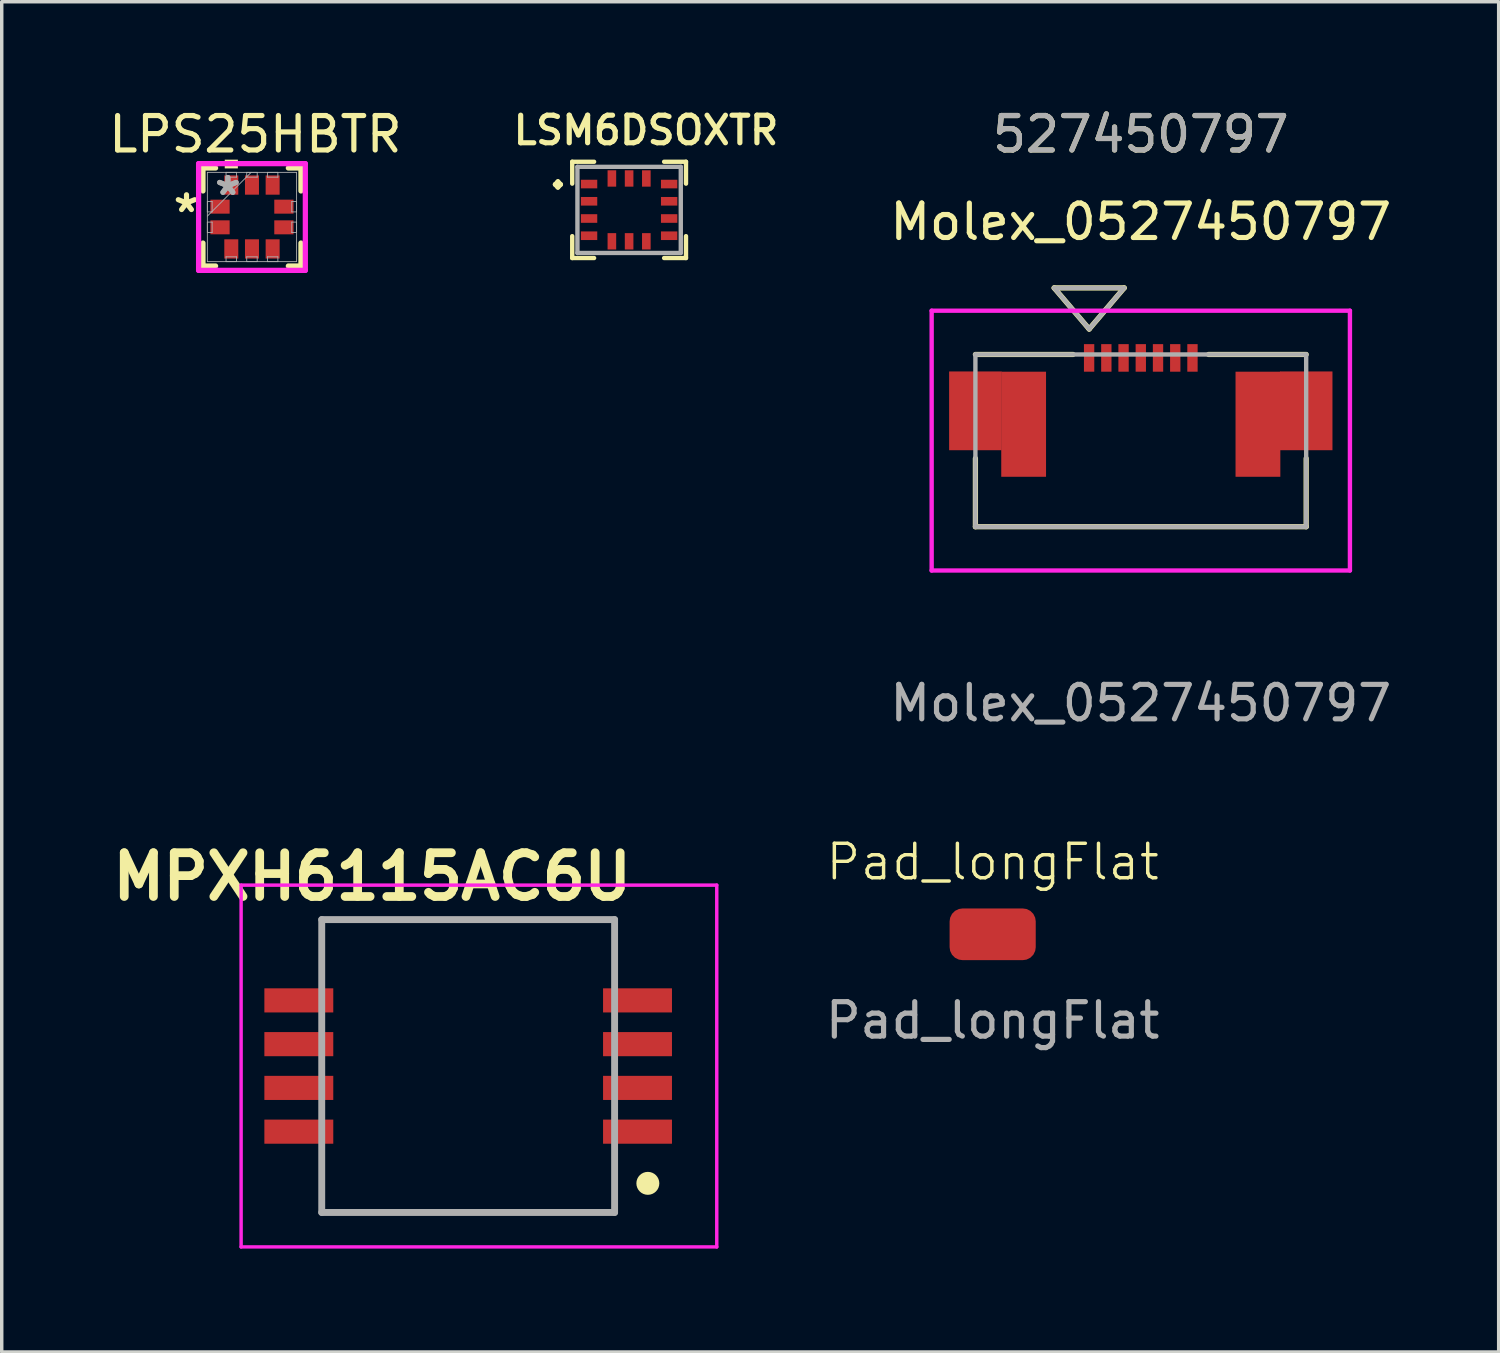
<source format=kicad_pcb>
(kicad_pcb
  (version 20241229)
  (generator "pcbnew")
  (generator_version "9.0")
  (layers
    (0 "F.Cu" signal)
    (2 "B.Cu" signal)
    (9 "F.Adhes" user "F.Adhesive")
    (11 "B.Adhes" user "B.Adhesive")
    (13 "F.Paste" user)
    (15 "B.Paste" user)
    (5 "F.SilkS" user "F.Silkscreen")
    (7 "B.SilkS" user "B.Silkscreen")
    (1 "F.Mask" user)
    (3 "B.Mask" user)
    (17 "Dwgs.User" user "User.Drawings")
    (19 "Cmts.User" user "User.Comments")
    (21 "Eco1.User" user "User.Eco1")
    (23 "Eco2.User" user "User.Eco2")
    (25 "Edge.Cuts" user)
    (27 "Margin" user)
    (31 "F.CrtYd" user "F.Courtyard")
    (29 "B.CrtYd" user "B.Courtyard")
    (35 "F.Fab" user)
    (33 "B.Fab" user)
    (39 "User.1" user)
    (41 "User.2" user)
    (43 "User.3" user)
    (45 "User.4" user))
  (footprint "Molex_0527450797"
    (layer "F.Cu")
    (at 30.06 9.738)
    (property "Reference" "Molex_0527450797" (at 0 -6.35 0) (unlocked yes) (layer "F.SilkS") (effects (font (size 1 1) (thickness 0.15))))
    (attr smd)
    (fp_line (start -4.8 0.517) (end -4.8 2.5) (stroke (width 0.152) (type solid)) (layer "F.SilkS"))
    (fp_line (start -4.8 2.5) (end 4.8 2.5) (stroke (width 0.152) (type solid)) (layer "F.SilkS"))
    (fp_line (start -2.514 -4.432) (end -1.498 -3.238) (stroke (width 0.152) (type solid)) (layer "F.SilkS"))
    (fp_line (start -2.514 -4.432) (end -0.482 -4.432) (stroke (width 0.152) (type solid)) (layer "F.SilkS"))
    (fp_line (start -1.967 -2.5) (end -4.8 -2.5) (stroke (width 0.152) (type solid)) (layer "F.SilkS"))
    (fp_line (start -0.482 -4.432) (end -1.498 -3.238) (stroke (width 0.152) (type solid)) (layer "F.SilkS"))
    (fp_line (start 4.8 -2.5) (end 1.968 -2.5) (stroke (width 0.152) (type solid)) (layer "F.SilkS"))
    (fp_line (start 4.8 2.5) (end 4.8 0.517) (stroke (width 0.152) (type solid)) (layer "F.SilkS"))
    (fp_line (start -6.07 -3.77) (end -6.07 3.77) (stroke (width 0.127) (type solid)) (layer "F.CrtYd"))
    (fp_line (start -6.07 3.77) (end 6.07 3.77) (stroke (width 0.127) (type solid)) (layer "F.CrtYd"))
    (fp_line (start 6.07 -3.77) (end -6.07 -3.77) (stroke (width 0.127) (type solid)) (layer "F.CrtYd"))
    (fp_line (start 6.07 3.77) (end 6.07 -3.77) (stroke (width 0.127) (type solid)) (layer "F.CrtYd"))
    (fp_line (start -4.8 -2.5) (end -4.8 2.5) (stroke (width 0.127) (type solid)) (layer "F.Fab"))
    (fp_line (start -4.8 2.5) (end 4.8 2.5) (stroke (width 0.127) (type solid)) (layer "F.Fab"))
    (fp_line (start -2.514 -4.432) (end -1.498 -3.238) (stroke (width 0.127) (type solid)) (layer "F.Fab"))
    (fp_line (start -2.514 -4.432) (end -0.482 -4.432) (stroke (width 0.127) (type solid)) (layer "F.Fab"))
    (fp_line (start -0.482 -4.432) (end -1.498 -3.238) (stroke (width 0.127) (type solid)) (layer "F.Fab"))
    (fp_line (start 4.8 -2.5) (end -4.8 -2.5) (stroke (width 0.127) (type solid)) (layer "F.Fab"))
    (fp_line (start 4.8 2.5) (end 4.8 -2.5) (stroke (width 0.127) (type solid)) (layer "F.Fab"))
    (fp_text user "527450797" (at 0 -8.89 0) (unlocked yes) (layer "F.SilkS") (effects (font (size 1 1) (thickness 0.15))))
    (fp_text user "527450797" (at 0 -8.89 0) (unlocked yes) (layer "F.Fab") (effects (font (size 1 1) (thickness 0.15))))
    (fp_text user "${REFERENCE}" (at 0 7.62 0) (unlocked yes) (layer "F.Fab") (effects (font (size 1 1) (thickness 0.15))))
    (pad "1" smd rect (at -1.5 -2.4) (size 0.3 0.8) (layers "F.Cu" "F.Mask" "F.Paste"))
    (pad "2" smd rect (at -1 -2.4) (size 0.3 0.8) (layers "F.Cu" "F.Mask" "F.Paste"))
    (pad "3" smd rect (at -0.5 -2.4) (size 0.3 0.8) (layers "F.Cu" "F.Mask" "F.Paste"))
    (pad "4" smd rect (at 0.000003 -2.4) (size 0.3 0.8) (layers "F.Cu" "F.Mask" "F.Paste"))
    (pad "5" smd rect (at 0.5 -2.4) (size 0.3 0.8) (layers "F.Cu" "F.Mask" "F.Paste"))
    (pad "6" smd rect (at 1 -2.4) (size 0.3 0.8) (layers "F.Cu" "F.Mask" "F.Paste"))
    (pad "7" smd rect (at 1.5 -2.4) (size 0.3 0.8) (layers "F.Cu" "F.Mask" "F.Paste"))
    (pad "P1" smd rect (at -4.801 -0.864 90) (size 2.286 1.524) (layers "F.Cu" "F.Mask" "F.Paste"))
    (pad "P1" smd rect (at -3.4 -0.475) (size 1.3 3.05) (layers "F.Cu" "F.Mask" "F.Paste"))
    (pad "P2" smd rect (at 3.4 -0.475) (size 1.3 3.05) (layers "F.Cu" "F.Mask" "F.Paste"))
    (pad "P2" smd rect (at 4.801 -0.864 90) (size 2.286 1.524) (layers "F.Cu" "F.Mask" "F.Paste")))
  (footprint "LPS25HBTR"
    (layer "F.Cu")
    (at 4.263 3.248)
    (property "Reference" "LPS25HBTR" (at 0.1 -2.4 0) (unlocked yes) (layer "F.SilkS") (effects (font (size 1 1) (thickness 0.15))))
    (attr smd)
    (fp_line (start -1.422 -1.422) (end -1.422 -0.756) (stroke (width 0.152) (type solid)) (layer "F.SilkS"))
    (fp_line (start -1.422 0.756) (end -1.422 1.422) (stroke (width 0.152) (type solid)) (layer "F.SilkS"))
    (fp_line (start -1.422 1.422) (end -1.056 1.422) (stroke (width 0.152) (type solid)) (layer "F.SilkS"))
    (fp_line (start -1.056 -1.422) (end -1.422 -1.422) (stroke (width 0.152) (type solid)) (layer "F.SilkS"))
    (fp_line (start 1.056 1.422) (end 1.422 1.422) (stroke (width 0.152) (type solid)) (layer "F.SilkS"))
    (fp_line (start 1.422 -1.422) (end 1.056 -1.422) (stroke (width 0.152) (type solid)) (layer "F.SilkS"))
    (fp_line (start 1.422 -0.756) (end 1.422 -1.422) (stroke (width 0.152) (type solid)) (layer "F.SilkS"))
    (fp_line (start 1.422 1.422) (end 1.422 0.756) (stroke (width 0.152) (type solid)) (layer "F.SilkS"))
    (fp_poly (pts (xy -0.79 -1.41) (xy -0.79 -1.664) (xy -0.409 -1.664) (xy -0.409 -1.41)) (stroke (width 0) (type solid)) (fill yes) (layer "F.SilkS"))
    (fp_line (start -1.549 -1.549) (end -1.006 -1.549) (stroke (width 0.152) (type solid)) (layer "F.CrtYd"))
    (fp_line (start -1.549 -0.706) (end -1.549 -1.549) (stroke (width 0.152) (type solid)) (layer "F.CrtYd"))
    (fp_line (start -1.549 -0.706) (end -1.549 -0.706) (stroke (width 0.152) (type solid)) (layer "F.CrtYd"))
    (fp_line (start -1.549 0.706) (end -1.549 -0.706) (stroke (width 0.152) (type solid)) (layer "F.CrtYd"))
    (fp_line (start -1.549 0.706) (end -1.549 0.706) (stroke (width 0.152) (type solid)) (layer "F.CrtYd"))
    (fp_line (start -1.549 1.549) (end -1.549 0.706) (stroke (width 0.152) (type solid)) (layer "F.CrtYd"))
    (fp_line (start -1.006 -1.549) (end -1.006 -1.549) (stroke (width 0.152) (type solid)) (layer "F.CrtYd"))
    (fp_line (start -1.006 -1.549) (end 1.006 -1.549) (stroke (width 0.152) (type solid)) (layer "F.CrtYd"))
    (fp_line (start -1.006 1.549) (end -1.549 1.549) (stroke (width 0.152) (type solid)) (layer "F.CrtYd"))
    (fp_line (start -1.006 1.549) (end -1.006 1.549) (stroke (width 0.152) (type solid)) (layer "F.CrtYd"))
    (fp_line (start 1.006 -1.549) (end 1.006 -1.549) (stroke (width 0.152) (type solid)) (layer "F.CrtYd"))
    (fp_line (start 1.006 -1.549) (end 1.549 -1.549) (stroke (width 0.152) (type solid)) (layer "F.CrtYd"))
    (fp_line (start 1.006 1.549) (end -1.006 1.549) (stroke (width 0.152) (type solid)) (layer "F.CrtYd"))
    (fp_line (start 1.006 1.549) (end 1.006 1.549) (stroke (width 0.152) (type solid)) (layer "F.CrtYd"))
    (fp_line (start 1.549 -1.549) (end 1.549 -0.706) (stroke (width 0.152) (type solid)) (layer "F.CrtYd"))
    (fp_line (start 1.549 -0.706) (end 1.549 -0.706) (stroke (width 0.152) (type solid)) (layer "F.CrtYd"))
    (fp_line (start 1.549 -0.706) (end 1.549 0.706) (stroke (width 0.152) (type solid)) (layer "F.CrtYd"))
    (fp_line (start 1.549 0.706) (end 1.549 0.706) (stroke (width 0.152) (type solid)) (layer "F.CrtYd"))
    (fp_line (start 1.549 0.706) (end 1.549 1.549) (stroke (width 0.152) (type solid)) (layer "F.CrtYd"))
    (fp_line (start 1.549 1.549) (end 1.006 1.549) (stroke (width 0.152) (type solid)) (layer "F.CrtYd"))
    (fp_line (start -1.295 -1.295) (end -1.295 -1.295) (stroke (width 0.025) (type solid)) (layer "F.Fab"))
    (fp_line (start -1.295 -1.295) (end -1.295 1.295) (stroke (width 0.025) (type solid)) (layer "F.Fab"))
    (fp_line (start -1.295 -0.452) (end -1.156 -0.452) (stroke (width 0.025) (type solid)) (layer "F.Fab"))
    (fp_line (start -1.295 -0.148) (end -1.295 -0.452) (stroke (width 0.025) (type solid)) (layer "F.Fab"))
    (fp_line (start -1.295 -0.025) (end -0.025 -1.295) (stroke (width 0.025) (type solid)) (layer "F.Fab"))
    (fp_line (start -1.295 0.148) (end -1.156 0.148) (stroke (width 0.025) (type solid)) (layer "F.Fab"))
    (fp_line (start -1.295 0.452) (end -1.295 0.148) (stroke (width 0.025) (type solid)) (layer "F.Fab"))
    (fp_line (start -1.295 1.295) (end -1.295 1.295) (stroke (width 0.025) (type solid)) (layer "F.Fab"))
    (fp_line (start -1.295 1.295) (end 1.295 1.295) (stroke (width 0.025) (type solid)) (layer "F.Fab"))
    (fp_line (start -1.156 -0.452) (end -1.156 -0.148) (stroke (width 0.025) (type solid)) (layer "F.Fab"))
    (fp_line (start -1.156 -0.148) (end -1.295 -0.148) (stroke (width 0.025) (type solid)) (layer "F.Fab"))
    (fp_line (start -1.156 0.148) (end -1.156 0.452) (stroke (width 0.025) (type solid)) (layer "F.Fab"))
    (fp_line (start -1.156 0.452) (end -1.295 0.452) (stroke (width 0.025) (type solid)) (layer "F.Fab"))
    (fp_line (start -0.752 -1.295) (end -0.448 -1.295) (stroke (width 0.025) (type solid)) (layer "F.Fab"))
    (fp_line (start -0.752 -1.156) (end -0.752 -1.295) (stroke (width 0.025) (type solid)) (layer "F.Fab"))
    (fp_line (start -0.752 1.156) (end -0.448 1.156) (stroke (width 0.025) (type solid)) (layer "F.Fab"))
    (fp_line (start -0.752 1.295) (end -0.752 1.156) (stroke (width 0.025) (type solid)) (layer "F.Fab"))
    (fp_line (start -0.448 -1.295) (end -0.448 -1.156) (stroke (width 0.025) (type solid)) (layer "F.Fab"))
    (fp_line (start -0.448 -1.156) (end -0.752 -1.156) (stroke (width 0.025) (type solid)) (layer "F.Fab"))
    (fp_line (start -0.448 1.156) (end -0.448 1.295) (stroke (width 0.025) (type solid)) (layer "F.Fab"))
    (fp_line (start -0.448 1.295) (end -0.752 1.295) (stroke (width 0.025) (type solid)) (layer "F.Fab"))
    (fp_line (start -0.152 -1.295) (end 0.152 -1.295) (stroke (width 0.025) (type solid)) (layer "F.Fab"))
    (fp_line (start -0.152 -1.156) (end -0.152 -1.295) (stroke (width 0.025) (type solid)) (layer "F.Fab"))
    (fp_line (start -0.152 1.156) (end 0.152 1.156) (stroke (width 0.025) (type solid)) (layer "F.Fab"))
    (fp_line (start -0.152 1.295) (end -0.152 1.156) (stroke (width 0.025) (type solid)) (layer "F.Fab"))
    (fp_line (start 0.152 -1.295) (end 0.152 -1.156) (stroke (width 0.025) (type solid)) (layer "F.Fab"))
    (fp_line (start 0.152 -1.156) (end -0.152 -1.156) (stroke (width 0.025) (type solid)) (layer "F.Fab"))
    (fp_line (start 0.152 1.156) (end 0.152 1.295) (stroke (width 0.025) (type solid)) (layer "F.Fab"))
    (fp_line (start 0.152 1.295) (end -0.152 1.295) (stroke (width 0.025) (type solid)) (layer "F.Fab"))
    (fp_line (start 0.448 -1.295) (end 0.752 -1.295) (stroke (width 0.025) (type solid)) (layer "F.Fab"))
    (fp_line (start 0.448 -1.156) (end 0.448 -1.295) (stroke (width 0.025) (type solid)) (layer "F.Fab"))
    (fp_line (start 0.448 1.156) (end 0.752 1.156) (stroke (width 0.025) (type solid)) (layer "F.Fab"))
    (fp_line (start 0.448 1.295) (end 0.448 1.156) (stroke (width 0.025) (type solid)) (layer "F.Fab"))
    (fp_line (start 0.752 -1.295) (end 0.752 -1.156) (stroke (width 0.025) (type solid)) (layer "F.Fab"))
    (fp_line (start 0.752 -1.156) (end 0.448 -1.156) (stroke (width 0.025) (type solid)) (layer "F.Fab"))
    (fp_line (start 0.752 1.156) (end 0.752 1.295) (stroke (width 0.025) (type solid)) (layer "F.Fab"))
    (fp_line (start 0.752 1.295) (end 0.448 1.295) (stroke (width 0.025) (type solid)) (layer "F.Fab"))
    (fp_line (start 1.156 -0.452) (end 1.295 -0.452) (stroke (width 0.025) (type solid)) (layer "F.Fab"))
    (fp_line (start 1.156 -0.148) (end 1.156 -0.452) (stroke (width 0.025) (type solid)) (layer "F.Fab"))
    (fp_line (start 1.156 0.148) (end 1.295 0.148) (stroke (width 0.025) (type solid)) (layer "F.Fab"))
    (fp_line (start 1.156 0.452) (end 1.156 0.148) (stroke (width 0.025) (type solid)) (layer "F.Fab"))
    (fp_line (start 1.295 -1.295) (end -1.295 -1.295) (stroke (width 0.025) (type solid)) (layer "F.Fab"))
    (fp_line (start 1.295 -1.295) (end 1.295 -1.295) (stroke (width 0.025) (type solid)) (layer "F.Fab"))
    (fp_line (start 1.295 -0.452) (end 1.295 -0.148) (stroke (width 0.025) (type solid)) (layer "F.Fab"))
    (fp_line (start 1.295 -0.148) (end 1.156 -0.148) (stroke (width 0.025) (type solid)) (layer "F.Fab"))
    (fp_line (start 1.295 0.148) (end 1.295 0.452) (stroke (width 0.025) (type solid)) (layer "F.Fab"))
    (fp_line (start 1.295 0.452) (end 1.156 0.452) (stroke (width 0.025) (type solid)) (layer "F.Fab"))
    (fp_line (start 1.295 1.295) (end 1.295 -1.295) (stroke (width 0.025) (type solid)) (layer "F.Fab"))
    (fp_line (start 1.295 1.295) (end 1.295 1.295) (stroke (width 0.025) (type solid)) (layer "F.Fab"))
    (fp_text user "*" (at -1.9 -0.1 0) (layer "F.SilkS") (effects (font (size 1 1) (thickness 0.15))))
    (fp_text user "*" (at -0.699 -0.6 0) (unlocked yes) (layer "F.Fab") (effects (font (size 1 1) (thickness 0.15))))
    (fp_text user "*" (at -0.699 -0.6 0) (layer "F.Fab") (effects (font (size 1 1) (thickness 0.15))))
    (pad "1" smd rect (at -0.927 -0.3 90) (size 0.406 0.559) (layers "F.Cu" "F.Mask" "F.Paste"))
    (pad "2" smd rect (at -0.927 0.3 90) (size 0.406 0.559) (layers "F.Cu" "F.Mask" "F.Paste"))
    (pad "3" smd rect (at -0.6 0.927) (size 0.406 0.559) (layers "F.Cu" "F.Mask" "F.Paste"))
    (pad "4" smd rect (at 0 0.927) (size 0.406 0.559) (layers "F.Cu" "F.Mask" "F.Paste"))
    (pad "5" smd rect (at 0.6 0.927) (size 0.406 0.559) (layers "F.Cu" "F.Mask" "F.Paste"))
    (pad "6" smd rect (at 0.927 0.3 90) (size 0.406 0.559) (layers "F.Cu" "F.Mask" "F.Paste"))
    (pad "7" smd rect (at 0.927 -0.3 90) (size 0.406 0.559) (layers "F.Cu" "F.Mask" "F.Paste"))
    (pad "8" smd rect (at 0.6 -0.927) (size 0.406 0.559) (layers "F.Cu" "F.Mask" "F.Paste"))
    (pad "9" smd rect (at 0 -0.927) (size 0.406 0.559) (layers "F.Cu" "F.Mask" "F.Paste"))
    (pad "10" smd rect (at -0.6 -0.927) (size 0.406 0.559) (layers "F.Cu" "F.Mask" "F.Paste")))
  (footprint "LSM6DSOXTR"
    (layer "F.Cu")
    (at 15.21 3.039)
    (property "Reference" "LSM6DSOXTR" (at 0.49 -2.308 0) (layer "F.SilkS") (effects (font (size 0.8 0.8) (thickness 0.15))))
    (attr smd)
    (fp_line (start -1.652 -1.394) (end -1.652 -0.759) (stroke (width 0.127) (type solid)) (layer "F.SilkS"))
    (fp_line (start -1.652 0.765) (end -1.652 1.4) (stroke (width 0.127) (type solid)) (layer "F.SilkS"))
    (fp_line (start -1.652 1.4) (end -1.017 1.4) (stroke (width 0.127) (type solid)) (layer "F.SilkS"))
    (fp_line (start -1.017 -1.394) (end -1.652 -1.394) (stroke (width 0.127) (type solid)) (layer "F.SilkS"))
    (fp_line (start 1.015 -1.394) (end 1.65 -1.394) (stroke (width 0.127) (type solid)) (layer "F.SilkS"))
    (fp_line (start 1.015 1.4) (end 1.65 1.4) (stroke (width 0.127) (type solid)) (layer "F.SilkS"))
    (fp_line (start 1.65 -1.394) (end 1.65 -0.759) (stroke (width 0.127) (type solid)) (layer "F.SilkS"))
    (fp_line (start 1.65 1.4) (end 1.65 0.765) (stroke (width 0.127) (type solid)) (layer "F.SilkS"))
    (fp_line (start -1.501 -1.247) (end 1.499 -1.247) (stroke (width 0.127) (type solid)) (layer "F.Fab"))
    (fp_line (start -1.501 1.253) (end -1.501 -1.247) (stroke (width 0.127) (type solid)) (layer "F.Fab"))
    (fp_line (start 1.499 -1.247) (end 1.499 1.253) (stroke (width 0.127) (type solid)) (layer "F.Fab"))
    (fp_line (start 1.499 1.253) (end -1.501 1.253) (stroke (width 0.127) (type solid)) (layer "F.Fab"))
    (fp_text user "." (at -2.55 -0.45 0) (layer "F.SilkS") (effects (font (size 1.636 1.636) (thickness 0.142)) (justify left bottom)))
    (pad "1" smd rect (at -1.163 -0.747) (size 0.475 0.25) (layers "F.Cu" "F.Mask" "F.Paste"))
    (pad "2" smd rect (at -1.163 -0.247) (size 0.475 0.25) (layers "F.Cu" "F.Mask" "F.Paste"))
    (pad "3" smd rect (at -1.163 0.253) (size 0.475 0.25) (layers "F.Cu" "F.Mask" "F.Paste"))
    (pad "4" smd rect (at -1.163 0.753) (size 0.475 0.25) (layers "F.Cu" "F.Mask" "F.Paste"))
    (pad "5" smd rect (at -0.501 0.915 90) (size 0.475 0.25) (layers "F.Cu" "F.Mask" "F.Paste"))
    (pad "6" smd rect (at -0.001 0.915 90) (size 0.475 0.25) (layers "F.Cu" "F.Mask" "F.Paste"))
    (pad "7" smd rect (at 0.499 0.915 90) (size 0.475 0.25) (layers "F.Cu" "F.Mask" "F.Paste"))
    (pad "8" smd rect (at 1.161 0.753 180) (size 0.475 0.25) (layers "F.Cu" "F.Mask" "F.Paste"))
    (pad "9" smd rect (at 1.161 0.253 180) (size 0.475 0.25) (layers "F.Cu" "F.Mask" "F.Paste"))
    (pad "10" smd rect (at 1.161 -0.247 180) (size 0.475 0.25) (layers "F.Cu" "F.Mask" "F.Paste"))
    (pad "11" smd rect (at 1.161 -0.747 180) (size 0.475 0.25) (layers "F.Cu" "F.Mask" "F.Paste"))
    (pad "12" smd rect (at 0.499 -0.909 270) (size 0.475 0.25) (layers "F.Cu" "F.Mask" "F.Paste"))
    (pad "13" smd rect (at -0.001 -0.909 270) (size 0.475 0.25) (layers "F.Cu" "F.Mask" "F.Paste"))
    (pad "14" smd rect (at -0.501 -0.909 270) (size 0.475 0.25) (layers "F.Cu" "F.Mask" "F.Paste")))
  (footprint "Pad_longFlat"
    (layer "F.Cu")
    (at 25.761 24.067)
    (property "Reference" "Pad_longFlat" (at 0 -2.1 0) (unlocked yes) (layer "F.SilkS") (effects (font (size 1 1) (thickness 0.1))))
    (attr smd)
    (fp_text user "${REFERENCE}" (at 0 2.5 0) (unlocked yes) (layer "F.Fab") (effects (font (size 1 1) (thickness 0.15))))
    (pad "1" smd roundrect (at 0 0) (size 2.5 1.5) (layers "F.Cu" "F.Mask" "F.Paste") (roundrect_rratio 0.25)))
  (footprint "MPXH6115AC6U"
    (layer "F.Cu")
    (at 15.453 29.795)
    (property "Reference" "MPXH6115AC6U" (at -7.7 -7.4 0) (layer "F.SilkS") (effects (font (size 1.27 1.27) (thickness 0.254))))
    (attr smd)
    (fp_line (start -9.165 -6.155) (end -9.165 -4.5) (stroke (width 0.1) (type solid)) (layer "F.SilkS"))
    (fp_line (start -9.165 -6.155) (end -0.665 -6.155) (stroke (width 0.1) (type solid)) (layer "F.SilkS"))
    (fp_line (start -9.165 2.345) (end -9.165 0.69) (stroke (width 0.1) (type solid)) (layer "F.SilkS"))
    (fp_line (start -0.665 -6.155) (end -0.665 -4.5) (stroke (width 0.1) (type solid)) (layer "F.SilkS"))
    (fp_line (start -0.665 2.345) (end -9.165 2.345) (stroke (width 0.1) (type solid)) (layer "F.SilkS"))
    (fp_line (start -0.665 2.345) (end -0.665 0.69) (stroke (width 0.1) (type solid)) (layer "F.SilkS"))
    (fp_circle (center 0.3 1.5) (end 0.583 1.5) (stroke (width 0.1) (type solid)) (fill yes) (layer "F.SilkS"))
    (fp_line (start -11.505 -7.155) (end 2.3 -7.155) (stroke (width 0.1) (type solid)) (layer "F.CrtYd"))
    (fp_line (start -11.505 3.345) (end -11.505 -7.155) (stroke (width 0.1) (type solid)) (layer "F.CrtYd"))
    (fp_line (start 2.3 -7.155) (end 2.3 3.345) (stroke (width 0.1) (type solid)) (layer "F.CrtYd"))
    (fp_line (start 2.3 3.345) (end -11.505 3.345) (stroke (width 0.1) (type solid)) (layer "F.CrtYd"))
    (fp_line (start -9.165 -6.155) (end -0.665 -6.155) (stroke (width 0.2) (type solid)) (layer "F.Fab"))
    (fp_line (start -9.165 2.345) (end -9.165 -6.155) (stroke (width 0.2) (type solid)) (layer "F.Fab"))
    (fp_line (start -0.665 -6.155) (end -0.665 2.345) (stroke (width 0.2) (type solid)) (layer "F.Fab"))
    (fp_line (start -0.665 2.345) (end -9.165 2.345) (stroke (width 0.2) (type solid)) (layer "F.Fab"))
    (pad "1" smd rect (at 0 0 90) (size 0.7 2) (layers "F.Cu" "F.Mask" "F.Paste"))
    (pad "2" smd rect (at 0 -1.27 90) (size 0.7 2) (layers "F.Cu" "F.Mask" "F.Paste"))
    (pad "3" smd rect (at 0 -2.54 90) (size 0.7 2) (layers "F.Cu" "F.Mask" "F.Paste"))
    (pad "4" smd rect (at 0 -3.81 90) (size 0.7 2) (layers "F.Cu" "F.Mask" "F.Paste"))
    (pad "5" smd rect (at -9.83 -3.81 90) (size 0.7 2) (layers "F.Cu" "F.Mask" "F.Paste"))
    (pad "6" smd rect (at -9.83 -2.54 90) (size 0.7 2) (layers "F.Cu" "F.Mask" "F.Paste"))
    (pad "7" smd rect (at -9.83 -1.27 90) (size 0.7 2) (layers "F.Cu" "F.Mask" "F.Paste"))
    (pad "8" smd rect (at -9.83 0 90) (size 0.7 2) (layers "F.Cu" "F.Mask" "F.Paste")))
  (gr_rect
    (start -3 -3)
    (end 40.447 36.19)
    (stroke (width 0.1) (type default))
    (fill no)
    (layer "Edge.Cuts")))
</source>
